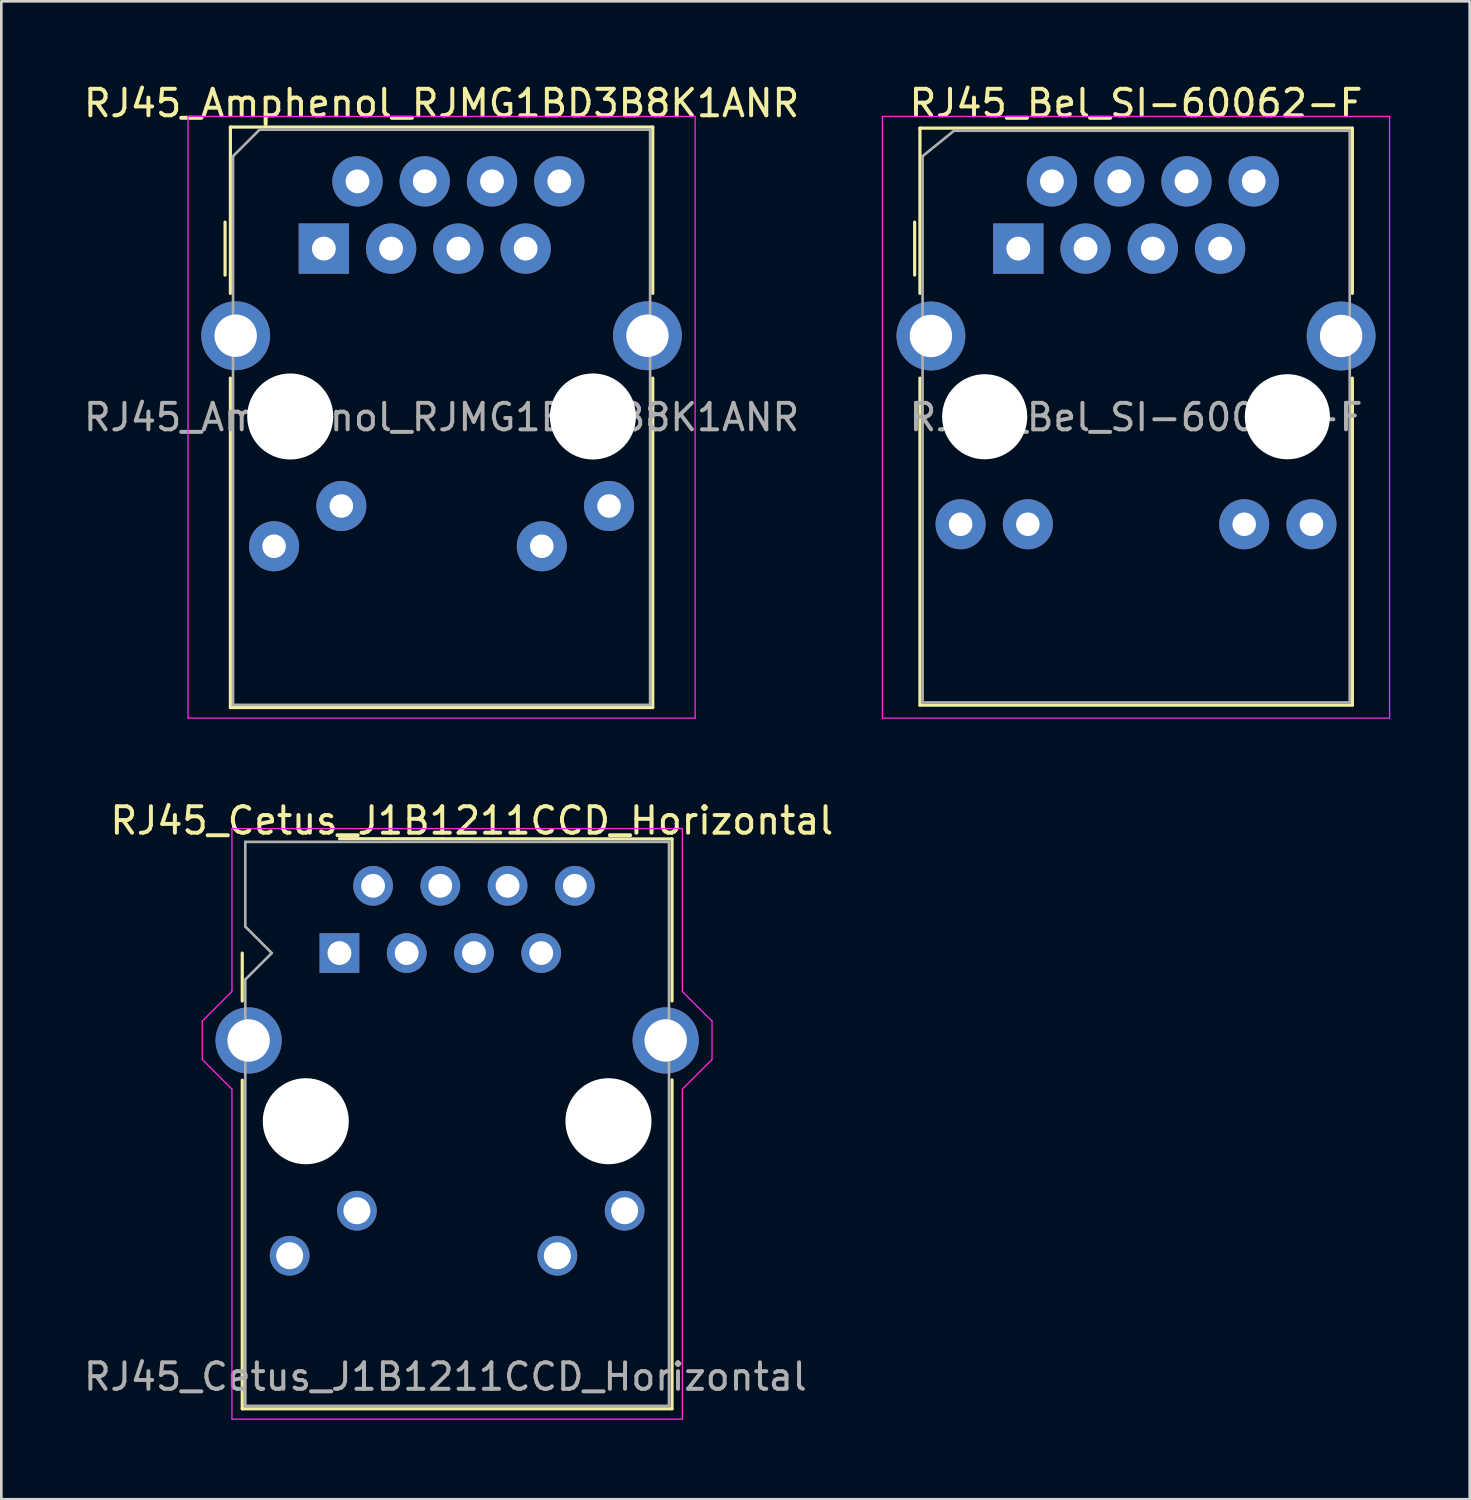
<source format=kicad_pcb>
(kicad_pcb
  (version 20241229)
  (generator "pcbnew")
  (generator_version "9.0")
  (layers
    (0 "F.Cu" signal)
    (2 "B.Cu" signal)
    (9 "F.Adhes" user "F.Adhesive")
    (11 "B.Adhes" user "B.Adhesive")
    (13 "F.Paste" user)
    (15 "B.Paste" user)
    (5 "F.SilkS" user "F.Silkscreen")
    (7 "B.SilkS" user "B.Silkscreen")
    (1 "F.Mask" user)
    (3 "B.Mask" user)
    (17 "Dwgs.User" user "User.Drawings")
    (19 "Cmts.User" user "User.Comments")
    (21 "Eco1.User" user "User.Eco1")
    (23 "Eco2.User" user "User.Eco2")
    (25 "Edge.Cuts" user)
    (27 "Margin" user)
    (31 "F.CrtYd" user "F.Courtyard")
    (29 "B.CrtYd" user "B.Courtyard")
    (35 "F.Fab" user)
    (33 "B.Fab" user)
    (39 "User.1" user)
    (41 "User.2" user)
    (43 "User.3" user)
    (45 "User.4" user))
  (footprint "RJ45_Cetus_J1B1211CCD_Horizontal"
    (layer "F.Cu")
    (at 9.768 32.941)
    (property "Reference" "RJ45_Cetus_J1B1211CCD_Horizontal" (at 5 -5 0) (layer "F.SilkS") (effects (font (size 1 1) (thickness 0.15))))
    (attr through_hole)
    (fp_line (start -3.67 0) (end -3.67 1.81) (stroke (width 0.12) (type solid)) (layer "F.SilkS"))
    (fp_line (start -3.67 4.8) (end -3.67 17.21) (stroke (width 0.12) (type solid)) (layer "F.SilkS"))
    (fp_line (start 0 -4.32) (end 12.56 -4.31) (stroke (width 0.12) (type solid)) (layer "F.SilkS"))
    (fp_line (start 12.56 -4.31) (end 12.56 1.81) (stroke (width 0.12) (type solid)) (layer "F.SilkS"))
    (fp_line (start 12.56 4.79) (end 12.56 17.21) (stroke (width 0.12) (type solid)) (layer "F.SilkS"))
    (fp_line (start 12.56 17.21) (end -3.67 17.21) (stroke (width 0.12) (type solid)) (layer "F.SilkS"))
    (fp_line (start -5.18 4.02) (end -5.18 2.57) (stroke (width 0.05) (type solid)) (layer "F.CrtYd"))
    (fp_line (start -5.18 4.02) (end -4.06 5.14) (stroke (width 0.05) (type solid)) (layer "F.CrtYd"))
    (fp_line (start -4.06 -4.7) (end 12.95 -4.7) (stroke (width 0.05) (type solid)) (layer "F.CrtYd"))
    (fp_line (start -4.06 1.45) (end -5.18 2.57) (stroke (width 0.05) (type solid)) (layer "F.CrtYd"))
    (fp_line (start -4.06 1.45) (end -4.06 -4.7) (stroke (width 0.05) (type solid)) (layer "F.CrtYd"))
    (fp_line (start -4.06 5.14) (end -4.06 17.6) (stroke (width 0.05) (type solid)) (layer "F.CrtYd"))
    (fp_line (start -4.06 17.6) (end 12.95 17.6) (stroke (width 0.05) (type solid)) (layer "F.CrtYd"))
    (fp_line (start 12.95 1.45) (end 14.07 2.57) (stroke (width 0.05) (type solid)) (layer "F.CrtYd"))
    (fp_line (start 12.95 1.45) (end 12.95 -4.7) (stroke (width 0.05) (type solid)) (layer "F.CrtYd"))
    (fp_line (start 12.95 5.14) (end 12.95 17.6) (stroke (width 0.05) (type solid)) (layer "F.CrtYd"))
    (fp_line (start 14.07 4.02) (end 14.07 2.57) (stroke (width 0.05) (type solid)) (layer "F.CrtYd"))
    (fp_line (start 14.07 4.02) (end 12.95 5.14) (stroke (width 0.05) (type solid)) (layer "F.CrtYd"))
    (fp_line (start -3.555 -4.2) (end -3.555 -1) (stroke (width 0.1) (type solid)) (layer "F.Fab"))
    (fp_line (start -3.555 -4.2) (end 12.445 -4.2) (stroke (width 0.1) (type solid)) (layer "F.Fab"))
    (fp_line (start -3.555 1) (end -3.555 17.1) (stroke (width 0.1) (type solid)) (layer "F.Fab"))
    (fp_line (start -3.555 17.1) (end 12.445 17.1) (stroke (width 0.1) (type solid)) (layer "F.Fab"))
    (fp_line (start -2.555 0) (end -3.555 -1) (stroke (width 0.1) (type solid)) (layer "F.Fab"))
    (fp_line (start -2.555 0) (end -3.555 1) (stroke (width 0.1) (type solid)) (layer "F.Fab"))
    (fp_line (start 12.445 -4.2) (end 12.445 17.1) (stroke (width 0.1) (type solid)) (layer "F.Fab"))
    (fp_text user "${REFERENCE}" (at 4 16 0) (layer "F.Fab") (effects (font (size 1 1) (thickness 0.15))))
    (pad "" np_thru_hole circle (at -1.27 6.35) (size 3.25 3.25) (drill 3.25) (layers "*.Cu" "*.Mask"))
    (pad "" np_thru_hole circle (at 10.16 6.35) (size 3.25 3.25) (drill 3.25) (layers "*.Cu" "*.Mask"))
    (pad "1" thru_hole rect (at 0 0) (size 1.5 1.5) (drill 0.9) (layers "*.Cu" "*.Mask"))
    (pad "2" thru_hole circle (at 1.27 -2.54) (size 1.5 1.5) (drill 0.9) (layers "*.Cu" "*.Mask"))
    (pad "3" thru_hole circle (at 2.54 0) (size 1.5 1.5) (drill 0.9) (layers "*.Cu" "*.Mask"))
    (pad "4" thru_hole circle (at 3.81 -2.54) (size 1.5 1.5) (drill 0.9) (layers "*.Cu" "*.Mask"))
    (pad "5" thru_hole circle (at 5.08 0) (size 1.5 1.5) (drill 0.9) (layers "*.Cu" "*.Mask"))
    (pad "6" thru_hole circle (at 6.35 -2.54) (size 1.5 1.5) (drill 0.9) (layers "*.Cu" "*.Mask"))
    (pad "7" thru_hole circle (at 7.62 0) (size 1.5 1.5) (drill 0.9) (layers "*.Cu" "*.Mask"))
    (pad "8" thru_hole circle (at 8.89 -2.54) (size 1.5 1.5) (drill 0.9) (layers "*.Cu" "*.Mask"))
    (pad "9" thru_hole circle (at -1.88 11.43) (size 1.5 1.5) (drill 1.02) (layers "*.Cu" "*.Mask"))
    (pad "10" thru_hole circle (at 0.66 9.73) (size 1.5 1.5) (drill 1.02) (layers "*.Cu" "*.Mask"))
    (pad "11" thru_hole circle (at 8.23 11.43) (size 1.5 1.5) (drill 1.02) (layers "*.Cu" "*.Mask"))
    (pad "12" thru_hole circle (at 10.77 9.73) (size 1.5 1.5) (drill 1.02) (layers "*.Cu" "*.Mask"))
    (pad "13" thru_hole circle (at -3.43 3.3) (size 2.5 2.5) (drill 1.6) (layers "*.Cu" "*.Mask"))
    (pad "13" thru_hole circle (at 12.32 3.3) (size 2.5 2.5) (drill 1.6) (layers "*.Cu" "*.Mask")))
  (footprint "RJ45_Amphenol_RJMG1BD3B8K1ANR"
    (layer "F.Cu")
    (at 9.18 6.338)
    (property "Reference" "RJ45_Amphenol_RJMG1BD3B8K1ANR" (at 4.445 -5.49 0) (layer "F.SilkS") (effects (font (size 1 1) (thickness 0.15))))
    (attr through_hole)
    (fp_line (start -3.73 -1) (end -3.73 1) (stroke (width 0.12) (type solid)) (layer "F.SilkS"))
    (fp_line (start -3.53 -4.59) (end 12.42 -4.59) (stroke (width 0.12) (type solid)) (layer "F.SilkS"))
    (fp_line (start -3.53 1.69) (end -3.53 -4.59) (stroke (width 0.12) (type solid)) (layer "F.SilkS"))
    (fp_line (start -3.53 17.33) (end -3.53 4.89) (stroke (width 0.12) (type solid)) (layer "F.SilkS"))
    (fp_line (start 12.42 -4.59) (end 12.42 1.69) (stroke (width 0.12) (type solid)) (layer "F.SilkS"))
    (fp_line (start 12.42 4.89) (end 12.42 17.33) (stroke (width 0.12) (type solid)) (layer "F.SilkS"))
    (fp_line (start 12.42 17.33) (end -3.53 17.33) (stroke (width 0.12) (type solid)) (layer "F.SilkS"))
    (fp_line (start -5.13 -4.99) (end -5.13 17.73) (stroke (width 0.05) (type solid)) (layer "F.CrtYd"))
    (fp_line (start -5.13 17.73) (end 14.02 17.73) (stroke (width 0.05) (type solid)) (layer "F.CrtYd"))
    (fp_line (start 14.02 -4.99) (end -5.13 -4.99) (stroke (width 0.05) (type solid)) (layer "F.CrtYd"))
    (fp_line (start 14.02 17.73) (end 14.02 -4.99) (stroke (width 0.05) (type solid)) (layer "F.CrtYd"))
    (fp_line (start -3.43 -3.49) (end -2.43 -4.49) (stroke (width 0.1) (type solid)) (layer "F.Fab"))
    (fp_line (start -3.43 17.23) (end -3.43 -3.49) (stroke (width 0.1) (type solid)) (layer "F.Fab"))
    (fp_line (start -2.43 -4.49) (end 12.32 -4.49) (stroke (width 0.1) (type solid)) (layer "F.Fab"))
    (fp_line (start 12.32 -4.49) (end 12.32 17.23) (stroke (width 0.1) (type solid)) (layer "F.Fab"))
    (fp_line (start 12.32 17.23) (end -3.43 17.23) (stroke (width 0.1) (type solid)) (layer "F.Fab"))
    (fp_text user "${REFERENCE}" (at 4.445 6.37 0) (layer "F.Fab") (effects (font (size 1 1) (thickness 0.15))))
    (pad "" np_thru_hole circle (at -1.27 6.34) (size 3.25 3.25) (drill 3.25) (layers "*.Cu" "*.Mask"))
    (pad "" np_thru_hole circle (at 10.16 6.34) (size 3.25 3.25) (drill 3.25) (layers "*.Cu" "*.Mask"))
    (pad "13" thru_hole circle (at -3.33 3.29) (size 2.6 2.6) (drill 1.6) (layers "*.Cu" "*.Mask"))
    (pad "13" thru_hole circle (at 12.22 3.29) (size 2.6 2.6) (drill 1.6) (layers "*.Cu" "*.Mask"))
    (pad "L1" thru_hole circle (at 10.77 9.72) (size 1.89 1.89) (drill 0.89) (layers "*.Cu" "*.Mask"))
    (pad "L2" thru_hole circle (at 8.23 11.24) (size 1.89 1.89) (drill 0.89) (layers "*.Cu" "*.Mask"))
    (pad "L3" thru_hole circle (at 0.66 9.72) (size 1.89 1.89) (drill 0.89) (layers "*.Cu" "*.Mask"))
    (pad "L4" thru_hole circle (at -1.88 11.24) (size 1.89 1.89) (drill 0.89) (layers "*.Cu" "*.Mask"))
    (pad "R1" thru_hole rect (at 0 0) (size 1.9 1.9) (drill 0.9) (layers "*.Cu" "*.Mask"))
    (pad "R2" thru_hole circle (at 1.27 -2.54) (size 1.9 1.9) (drill 0.9) (layers "*.Cu" "*.Mask"))
    (pad "R3" thru_hole circle (at 2.54 0) (size 1.9 1.9) (drill 0.9) (layers "*.Cu" "*.Mask"))
    (pad "R4" thru_hole circle (at 3.81 -2.54) (size 1.9 1.9) (drill 0.9) (layers "*.Cu" "*.Mask"))
    (pad "R5" thru_hole circle (at 5.08 0) (size 1.9 1.9) (drill 0.9) (layers "*.Cu" "*.Mask"))
    (pad "R6" thru_hole circle (at 6.35 -2.54) (size 1.9 1.9) (drill 0.9) (layers "*.Cu" "*.Mask"))
    (pad "R7" thru_hole circle (at 7.62 0) (size 1.9 1.9) (drill 0.9) (layers "*.Cu" "*.Mask"))
    (pad "R8" thru_hole circle (at 8.89 -2.54) (size 1.9 1.9) (drill 0.9) (layers "*.Cu" "*.Mask")))
  (footprint "RJ45_Bel_SI-60062-F"
    (layer "F.Cu")
    (at 35.405 6.338)
    (property "Reference" "RJ45_Bel_SI-60062-F" (at 4.445 -5.49 0) (layer "F.SilkS") (effects (font (size 1 1) (thickness 0.15))))
    (attr through_hole)
    (fp_line (start -3.915 -1) (end -3.915 1) (stroke (width 0.12) (type solid)) (layer "F.SilkS"))
    (fp_line (start -3.715 -4.55) (end 12.615 -4.55) (stroke (width 0.12) (type solid)) (layer "F.SilkS"))
    (fp_line (start -3.715 1.69) (end -3.715 -4.55) (stroke (width 0.12) (type solid)) (layer "F.SilkS"))
    (fp_line (start -3.715 17.24) (end -3.715 4.89) (stroke (width 0.12) (type solid)) (layer "F.SilkS"))
    (fp_line (start 12.615 -4.55) (end 12.615 1.69) (stroke (width 0.12) (type solid)) (layer "F.SilkS"))
    (fp_line (start 12.615 4.89) (end 12.615 17.24) (stroke (width 0.12) (type solid)) (layer "F.SilkS"))
    (fp_line (start 12.615 17.24) (end -3.715 17.24) (stroke (width 0.12) (type solid)) (layer "F.SilkS"))
    (fp_line (start -5.13 -4.99) (end -5.13 17.73) (stroke (width 0.05) (type solid)) (layer "F.CrtYd"))
    (fp_line (start -5.13 17.73) (end 14.02 17.73) (stroke (width 0.05) (type solid)) (layer "F.CrtYd"))
    (fp_line (start 14.02 -4.99) (end -5.13 -4.99) (stroke (width 0.05) (type solid)) (layer "F.CrtYd"))
    (fp_line (start 14.02 17.73) (end 14.02 -4.99) (stroke (width 0.05) (type solid)) (layer "F.CrtYd"))
    (fp_line (start -3.615 -3.49) (end -2.43 -4.45) (stroke (width 0.1) (type solid)) (layer "F.Fab"))
    (fp_line (start -3.615 17.14) (end -3.615 -3.49) (stroke (width 0.1) (type solid)) (layer "F.Fab"))
    (fp_line (start -2.43 -4.45) (end 12.515 -4.45) (stroke (width 0.1) (type solid)) (layer "F.Fab"))
    (fp_line (start 12.515 -4.45) (end 12.515 17.14) (stroke (width 0.1) (type solid)) (layer "F.Fab"))
    (fp_line (start 12.515 17.14) (end -3.615 17.14) (stroke (width 0.1) (type solid)) (layer "F.Fab"))
    (fp_text user "${REFERENCE}" (at 4.445 6.37 0) (layer "F.Fab") (effects (font (size 1 1) (thickness 0.15))))
    (pad "" np_thru_hole circle (at -1.27 6.35) (size 3.215 3.215) (drill 3.215) (layers "*.Cu" "*.Mask"))
    (pad "" np_thru_hole circle (at 10.16 6.35) (size 3.215 3.215) (drill 3.215) (layers "*.Cu" "*.Mask"))
    (pad "13" thru_hole circle (at -3.3 3.3) (size 2.6 2.6) (drill 1.6) (layers "*.Cu" "*.Mask"))
    (pad "13" thru_hole circle (at 12.19 3.3) (size 2.6 2.6) (drill 1.6) (layers "*.Cu" "*.Mask"))
    (pad "L1" thru_hole circle (at -2.18 10.41) (size 1.89 1.89) (drill 0.89) (layers "*.Cu" "*.Mask"))
    (pad "L2" thru_hole circle (at 0.36 10.41) (size 1.89 1.89) (drill 0.89) (layers "*.Cu" "*.Mask"))
    (pad "L3" thru_hole circle (at 11.07 10.41) (size 1.89 1.89) (drill 0.89) (layers "*.Cu" "*.Mask"))
    (pad "L4" thru_hole circle (at 8.53 10.41) (size 1.89 1.89) (drill 0.89) (layers "*.Cu" "*.Mask"))
    (pad "R1" thru_hole rect (at 0 0) (size 1.9 1.9) (drill 0.9) (layers "*.Cu" "*.Mask"))
    (pad "R2" thru_hole circle (at 1.27 -2.54) (size 1.9 1.9) (drill 0.9) (layers "*.Cu" "*.Mask"))
    (pad "R3" thru_hole circle (at 2.54 0) (size 1.9 1.9) (drill 0.9) (layers "*.Cu" "*.Mask"))
    (pad "R4" thru_hole circle (at 3.81 -2.54) (size 1.9 1.9) (drill 0.9) (layers "*.Cu" "*.Mask"))
    (pad "R5" thru_hole circle (at 5.08 0) (size 1.9 1.9) (drill 0.9) (layers "*.Cu" "*.Mask"))
    (pad "R6" thru_hole circle (at 6.35 -2.54) (size 1.9 1.9) (drill 0.9) (layers "*.Cu" "*.Mask"))
    (pad "R7" thru_hole circle (at 7.62 0) (size 1.9 1.9) (drill 0.9) (layers "*.Cu" "*.Mask"))
    (pad "R8" thru_hole circle (at 8.89 -2.54) (size 1.9 1.9) (drill 0.9) (layers "*.Cu" "*.Mask")))
  (gr_rect
    (start -3 -3)
    (end 52.45 53.566)
    (stroke (width 0.1) (type default))
    (fill no)
    (layer "Edge.Cuts")))
</source>
